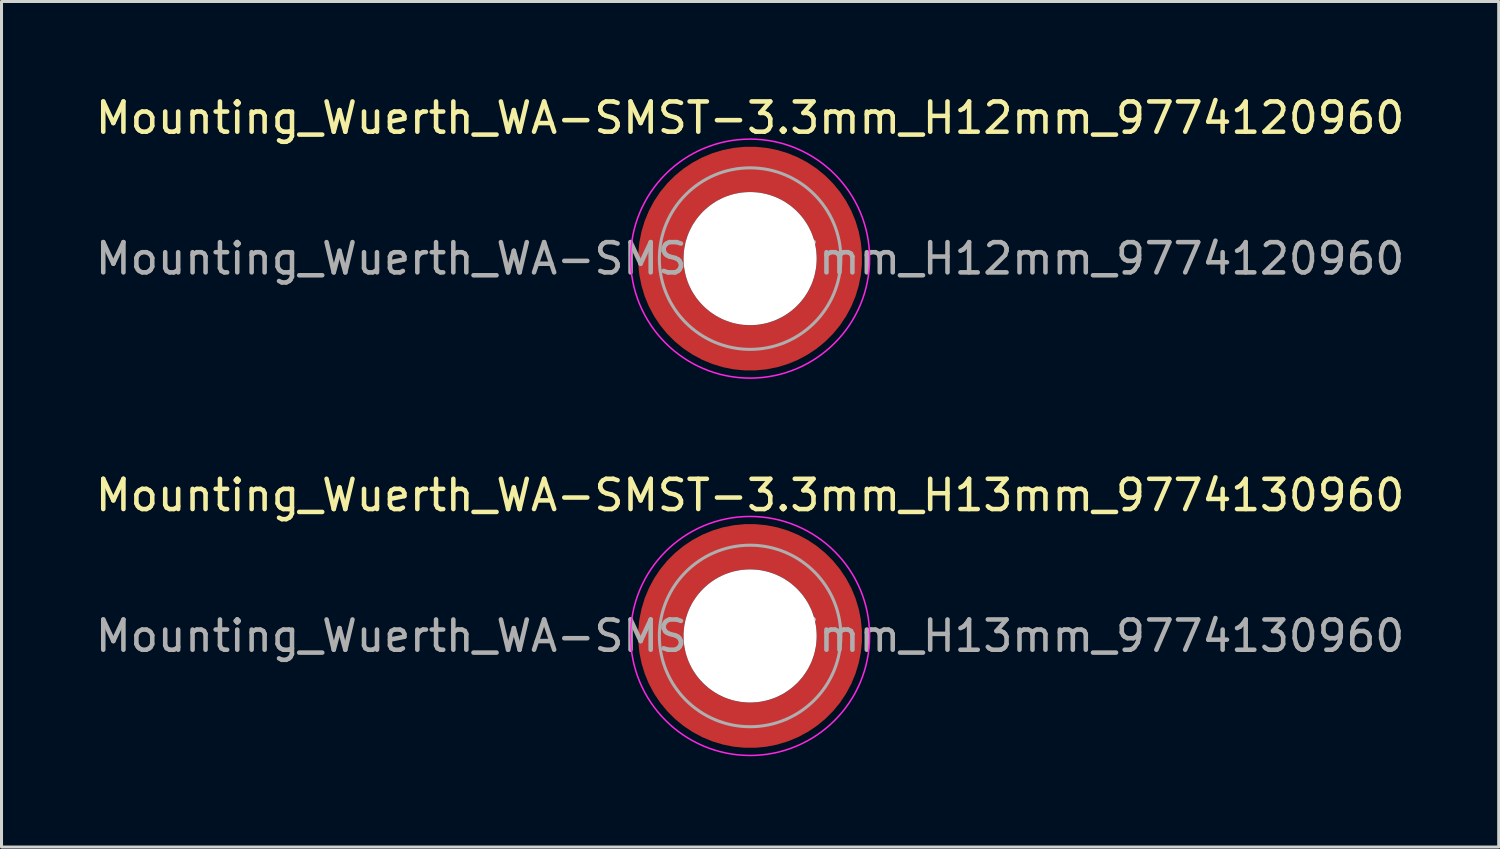
<source format=kicad_pcb>
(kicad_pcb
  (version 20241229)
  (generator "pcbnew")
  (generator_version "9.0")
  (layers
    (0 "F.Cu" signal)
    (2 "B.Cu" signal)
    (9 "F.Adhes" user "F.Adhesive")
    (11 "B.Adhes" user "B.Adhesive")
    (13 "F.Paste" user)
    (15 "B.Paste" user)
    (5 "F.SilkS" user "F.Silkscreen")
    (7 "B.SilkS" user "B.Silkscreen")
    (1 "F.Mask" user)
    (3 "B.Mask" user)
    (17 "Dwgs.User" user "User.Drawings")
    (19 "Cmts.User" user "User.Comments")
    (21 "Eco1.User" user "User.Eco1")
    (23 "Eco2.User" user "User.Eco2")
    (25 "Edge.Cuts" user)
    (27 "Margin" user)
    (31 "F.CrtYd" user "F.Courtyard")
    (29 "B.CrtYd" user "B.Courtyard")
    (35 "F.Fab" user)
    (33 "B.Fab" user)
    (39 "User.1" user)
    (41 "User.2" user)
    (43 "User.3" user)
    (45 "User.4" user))
  (footprint "Mounting_Wuerth_WA-SMST-3.3mm_H12mm_9774120960"
    (layer "F.Cu")
    (at 21.744 5.498)
    (property "Reference" "Mounting_Wuerth_WA-SMST-3.3mm_H12mm_9774120960" (at 0 -4.65 0) (layer "F.SilkS") (effects (font (size 1 1) (thickness 0.15))))
    (attr smd)
    (fp_circle (center 0 0) (end 3.95 0) (stroke (width 0.05) (type solid)) (fill no) (layer "F.CrtYd"))
    (fp_circle (center 0 0) (end 3 0) (stroke (width 0.1) (type solid)) (fill no) (layer "F.Fab"))
    (fp_text user "${REFERENCE}" (at 0 0 0) (layer "F.Fab") (effects (font (size 1 1) (thickness 0.15))))
    (pad "" smd custom (at -2.058 -2.058) (size 0.7 0.7) (layers "F.Paste") (options (anchor circle)) (primitives (gr_arc (start -0.377294 1.707681) (mid 0.317579 0.318817) (end 1.705947 -0.377044) (width 0.2)) (gr_arc (start -0.478281 1.707681) (mid 0.246161 0.248814) (end 1.703965 -0.477765) (width 0.2)) (gr_arc (start -0.579192 1.707681) (mid 0.175492 0.178063) (end 1.704077 -0.578711) (width 0.2)) (gr_arc (start -0.680037 1.707681) (mid 0.105568 0.106564) (end 1.706284 -0.679858) (width 0.2)) (gr_arc (start -0.780822 1.707681) (mid 0.034627 0.036085) (end 1.705634 -0.780569) (width 0.2)) (gr_arc (start -0.881554 1.707681) (mid -0.035694 -0.035016) (end 1.706729 -0.881441) (width 0.2)) (gr_arc (start -0.982237 1.707681) (mid -0.107281 -0.10485) (end 1.704266 -0.981842) (width 0.2)) (gr_arc (start -1.082877 1.707681) (mid -0.178372 -0.175181) (end 1.703197 -1.082374) (width 0.2)) (gr_arc (start -1.183476 1.707681) (mid -0.248964 -0.246008) (end 1.703525 -1.183025) (width 0.2)) (gr_arc (start -1.28404 1.707681) (mid -0.319062 -0.317333) (end 1.70525 -1.283784) (width 0.2)) (gr_line (start 1.708 -0.377) (end 1.708 -1.284) (width 0.2)) (gr_line (start -0.377 1.708) (end -1.284 1.708) (width 0.2))))
    (pad "" smd custom (at -2.058 2.058) (size 0.7 0.7) (layers "F.Paste") (options (anchor circle)) (primitives (gr_arc (start 1.707681 0.377294) (mid 0.318817 -0.317579) (end -0.377044 -1.705947) (width 0.2)) (gr_arc (start 1.707681 0.478281) (mid 0.248814 -0.246161) (end -0.477765 -1.703965) (width 0.2)) (gr_arc (start 1.707681 0.579192) (mid 0.178063 -0.175492) (end -0.578711 -1.704077) (width 0.2)) (gr_arc (start 1.707681 0.680037) (mid 0.106564 -0.105568) (end -0.679858 -1.706284) (width 0.2)) (gr_arc (start 1.707681 0.780822) (mid 0.036085 -0.034627) (end -0.780569 -1.705634) (width 0.2)) (gr_arc (start 1.707681 0.881554) (mid -0.035016 0.035694) (end -0.881441 -1.706729) (width 0.2)) (gr_arc (start 1.707681 0.982237) (mid -0.10485 0.107281) (end -0.981842 -1.704266) (width 0.2)) (gr_arc (start 1.707681 1.082877) (mid -0.175181 0.178372) (end -1.082374 -1.703197) (width 0.2)) (gr_arc (start 1.707681 1.183476) (mid -0.246008 0.248964) (end -1.183025 -1.703525) (width 0.2)) (gr_arc (start 1.707681 1.28404) (mid -0.317333 0.319062) (end -1.283784 -1.70525) (width 0.2)) (gr_line (start -0.377 -1.708) (end -1.284 -1.708) (width 0.2)) (gr_line (start 1.708 0.377) (end 1.708 1.284) (width 0.2))))
    (pad "" np_thru_hole circle (at 0 0) (size 4.4 4.4) (drill 4.4) (layers "*.Cu" "*.Mask"))
    (pad "" smd custom (at 2.058 -2.058) (size 0.7 0.7) (layers "F.Paste") (options (anchor circle)) (primitives (gr_arc (start -1.707681 -0.377294) (mid -0.318817 0.317579) (end 0.377044 1.705947) (width 0.2)) (gr_arc (start -1.707681 -0.478281) (mid -0.248814 0.246161) (end 0.477765 1.703965) (width 0.2)) (gr_arc (start -1.707681 -0.579192) (mid -0.178063 0.175492) (end 0.578711 1.704077) (width 0.2)) (gr_arc (start -1.707681 -0.680037) (mid -0.106564 0.105568) (end 0.679858 1.706284) (width 0.2)) (gr_arc (start -1.707681 -0.780822) (mid -0.036085 0.034627) (end 0.780569 1.705634) (width 0.2)) (gr_arc (start -1.707681 -0.881554) (mid 0.035016 -0.035694) (end 0.881441 1.706729) (width 0.2)) (gr_arc (start -1.707681 -0.982237) (mid 0.10485 -0.107281) (end 0.981842 1.704266) (width 0.2)) (gr_arc (start -1.707681 -1.082877) (mid 0.175181 -0.178372) (end 1.082374 1.703197) (width 0.2)) (gr_arc (start -1.707681 -1.183476) (mid 0.246008 -0.248964) (end 1.183025 1.703525) (width 0.2)) (gr_arc (start -1.707681 -1.28404) (mid 0.317333 -0.319062) (end 1.283784 1.70525) (width 0.2)) (gr_line (start 0.377 1.708) (end 1.284 1.708) (width 0.2)) (gr_line (start -1.708 -0.377) (end -1.708 -1.284) (width 0.2))))
    (pad "" smd custom (at 2.058 2.058) (size 0.7 0.7) (layers "F.Paste") (options (anchor circle)) (primitives (gr_arc (start 0.377294 -1.707681) (mid -0.317579 -0.318817) (end -1.705947 0.377044) (width 0.2)) (gr_arc (start 0.478281 -1.707681) (mid -0.246161 -0.248814) (end -1.703965 0.477765) (width 0.2)) (gr_arc (start 0.579192 -1.707681) (mid -0.175492 -0.178063) (end -1.704077 0.578711) (width 0.2)) (gr_arc (start 0.680037 -1.707681) (mid -0.105568 -0.106564) (end -1.706284 0.679858) (width 0.2)) (gr_arc (start 0.780822 -1.707681) (mid -0.034627 -0.036085) (end -1.705634 0.780569) (width 0.2)) (gr_arc (start 0.881554 -1.707681) (mid 0.035694 0.035016) (end -1.706729 0.881441) (width 0.2)) (gr_arc (start 0.982237 -1.707681) (mid 0.107281 0.10485) (end -1.704266 0.981842) (width 0.2)) (gr_arc (start 1.082877 -1.707681) (mid 0.178372 0.175181) (end -1.703197 1.082374) (width 0.2)) (gr_arc (start 1.183476 -1.707681) (mid 0.248964 0.246008) (end -1.703525 1.183025) (width 0.2)) (gr_arc (start 1.28404 -1.707681) (mid 0.319062 0.317333) (end -1.70525 1.283784) (width 0.2)) (gr_line (start -1.708 0.377) (end -1.708 1.284) (width 0.2)) (gr_line (start 0.377 -1.708) (end 1.284 -1.708) (width 0.2))))
    (pad "1" smd circle (at -2.95 0) (size 1.1 1.1) (layers "F.Cu"))
    (pad "1" smd circle (at 0 -2.95) (size 1.1 1.1) (layers "F.Cu"))
    (pad "1" smd circle (at 0 2.95) (size 1.1 1.1) (layers "F.Cu"))
    (pad "1" smd custom (at 2.95 0) (size 1.1 1.1) (layers "F.Cu" "F.Mask") (options (anchor circle)) (primitives (gr_circle (center -2.95 0) (end 0 0) (width 1.5) (fill no)))))
  (footprint "Mounting_Wuerth_WA-SMST-3.3mm_H13mm_9774130960"
    (layer "F.Cu")
    (at 21.744 17.971)
    (property "Reference" "Mounting_Wuerth_WA-SMST-3.3mm_H13mm_9774130960" (at 0 -4.65 0) (layer "F.SilkS") (effects (font (size 1 1) (thickness 0.15))))
    (attr smd)
    (fp_circle (center 0 0) (end 3.95 0) (stroke (width 0.05) (type solid)) (fill no) (layer "F.CrtYd"))
    (fp_circle (center 0 0) (end 3 0) (stroke (width 0.1) (type solid)) (fill no) (layer "F.Fab"))
    (fp_text user "${REFERENCE}" (at 0 0 0) (layer "F.Fab") (effects (font (size 1 1) (thickness 0.15))))
    (pad "" smd custom (at -2.058 -2.058) (size 0.7 0.7) (layers "F.Paste") (options (anchor circle)) (primitives (gr_arc (start -0.377294 1.707681) (mid 0.317579 0.318817) (end 1.705947 -0.377044) (width 0.2)) (gr_arc (start -0.478281 1.707681) (mid 0.246161 0.248814) (end 1.703965 -0.477765) (width 0.2)) (gr_arc (start -0.579192 1.707681) (mid 0.175492 0.178063) (end 1.704077 -0.578711) (width 0.2)) (gr_arc (start -0.680037 1.707681) (mid 0.105568 0.106564) (end 1.706284 -0.679858) (width 0.2)) (gr_arc (start -0.780822 1.707681) (mid 0.034627 0.036085) (end 1.705634 -0.780569) (width 0.2)) (gr_arc (start -0.881554 1.707681) (mid -0.035694 -0.035016) (end 1.706729 -0.881441) (width 0.2)) (gr_arc (start -0.982237 1.707681) (mid -0.107281 -0.10485) (end 1.704266 -0.981842) (width 0.2)) (gr_arc (start -1.082877 1.707681) (mid -0.178372 -0.175181) (end 1.703197 -1.082374) (width 0.2)) (gr_arc (start -1.183476 1.707681) (mid -0.248964 -0.246008) (end 1.703525 -1.183025) (width 0.2)) (gr_arc (start -1.28404 1.707681) (mid -0.319062 -0.317333) (end 1.70525 -1.283784) (width 0.2)) (gr_line (start 1.708 -0.377) (end 1.708 -1.284) (width 0.2)) (gr_line (start -0.377 1.708) (end -1.284 1.708) (width 0.2))))
    (pad "" smd custom (at -2.058 2.058) (size 0.7 0.7) (layers "F.Paste") (options (anchor circle)) (primitives (gr_arc (start 1.707681 0.377294) (mid 0.318817 -0.317579) (end -0.377044 -1.705947) (width 0.2)) (gr_arc (start 1.707681 0.478281) (mid 0.248814 -0.246161) (end -0.477765 -1.703965) (width 0.2)) (gr_arc (start 1.707681 0.579192) (mid 0.178063 -0.175492) (end -0.578711 -1.704077) (width 0.2)) (gr_arc (start 1.707681 0.680037) (mid 0.106564 -0.105568) (end -0.679858 -1.706284) (width 0.2)) (gr_arc (start 1.707681 0.780822) (mid 0.036085 -0.034627) (end -0.780569 -1.705634) (width 0.2)) (gr_arc (start 1.707681 0.881554) (mid -0.035016 0.035694) (end -0.881441 -1.706729) (width 0.2)) (gr_arc (start 1.707681 0.982237) (mid -0.10485 0.107281) (end -0.981842 -1.704266) (width 0.2)) (gr_arc (start 1.707681 1.082877) (mid -0.175181 0.178372) (end -1.082374 -1.703197) (width 0.2)) (gr_arc (start 1.707681 1.183476) (mid -0.246008 0.248964) (end -1.183025 -1.703525) (width 0.2)) (gr_arc (start 1.707681 1.28404) (mid -0.317333 0.319062) (end -1.283784 -1.70525) (width 0.2)) (gr_line (start -0.377 -1.708) (end -1.284 -1.708) (width 0.2)) (gr_line (start 1.708 0.377) (end 1.708 1.284) (width 0.2))))
    (pad "" np_thru_hole circle (at 0 0) (size 4.4 4.4) (drill 4.4) (layers "*.Cu" "*.Mask"))
    (pad "" smd custom (at 2.058 -2.058) (size 0.7 0.7) (layers "F.Paste") (options (anchor circle)) (primitives (gr_arc (start -1.707681 -0.377294) (mid -0.318817 0.317579) (end 0.377044 1.705947) (width 0.2)) (gr_arc (start -1.707681 -0.478281) (mid -0.248814 0.246161) (end 0.477765 1.703965) (width 0.2)) (gr_arc (start -1.707681 -0.579192) (mid -0.178063 0.175492) (end 0.578711 1.704077) (width 0.2)) (gr_arc (start -1.707681 -0.680037) (mid -0.106564 0.105568) (end 0.679858 1.706284) (width 0.2)) (gr_arc (start -1.707681 -0.780822) (mid -0.036085 0.034627) (end 0.780569 1.705634) (width 0.2)) (gr_arc (start -1.707681 -0.881554) (mid 0.035016 -0.035694) (end 0.881441 1.706729) (width 0.2)) (gr_arc (start -1.707681 -0.982237) (mid 0.10485 -0.107281) (end 0.981842 1.704266) (width 0.2)) (gr_arc (start -1.707681 -1.082877) (mid 0.175181 -0.178372) (end 1.082374 1.703197) (width 0.2)) (gr_arc (start -1.707681 -1.183476) (mid 0.246008 -0.248964) (end 1.183025 1.703525) (width 0.2)) (gr_arc (start -1.707681 -1.28404) (mid 0.317333 -0.319062) (end 1.283784 1.70525) (width 0.2)) (gr_line (start 0.377 1.708) (end 1.284 1.708) (width 0.2)) (gr_line (start -1.708 -0.377) (end -1.708 -1.284) (width 0.2))))
    (pad "" smd custom (at 2.058 2.058) (size 0.7 0.7) (layers "F.Paste") (options (anchor circle)) (primitives (gr_arc (start 0.377294 -1.707681) (mid -0.317579 -0.318817) (end -1.705947 0.377044) (width 0.2)) (gr_arc (start 0.478281 -1.707681) (mid -0.246161 -0.248814) (end -1.703965 0.477765) (width 0.2)) (gr_arc (start 0.579192 -1.707681) (mid -0.175492 -0.178063) (end -1.704077 0.578711) (width 0.2)) (gr_arc (start 0.680037 -1.707681) (mid -0.105568 -0.106564) (end -1.706284 0.679858) (width 0.2)) (gr_arc (start 0.780822 -1.707681) (mid -0.034627 -0.036085) (end -1.705634 0.780569) (width 0.2)) (gr_arc (start 0.881554 -1.707681) (mid 0.035694 0.035016) (end -1.706729 0.881441) (width 0.2)) (gr_arc (start 0.982237 -1.707681) (mid 0.107281 0.10485) (end -1.704266 0.981842) (width 0.2)) (gr_arc (start 1.082877 -1.707681) (mid 0.178372 0.175181) (end -1.703197 1.082374) (width 0.2)) (gr_arc (start 1.183476 -1.707681) (mid 0.248964 0.246008) (end -1.703525 1.183025) (width 0.2)) (gr_arc (start 1.28404 -1.707681) (mid 0.319062 0.317333) (end -1.70525 1.283784) (width 0.2)) (gr_line (start -1.708 0.377) (end -1.708 1.284) (width 0.2)) (gr_line (start 0.377 -1.708) (end 1.284 -1.708) (width 0.2))))
    (pad "1" smd circle (at -2.95 0) (size 1.1 1.1) (layers "F.Cu"))
    (pad "1" smd circle (at 0 -2.95) (size 1.1 1.1) (layers "F.Cu"))
    (pad "1" smd circle (at 0 2.95) (size 1.1 1.1) (layers "F.Cu"))
    (pad "1" smd custom (at 2.95 0) (size 1.1 1.1) (layers "F.Cu" "F.Mask") (options (anchor circle)) (primitives (gr_circle (center -2.95 0) (end 0 0) (width 1.5) (fill no)))))
  (gr_rect
    (start -3 -3)
    (end 46.488 24.947)
    (stroke (width 0.1) (type default))
    (fill no)
    (layer "Edge.Cuts")))
</source>
